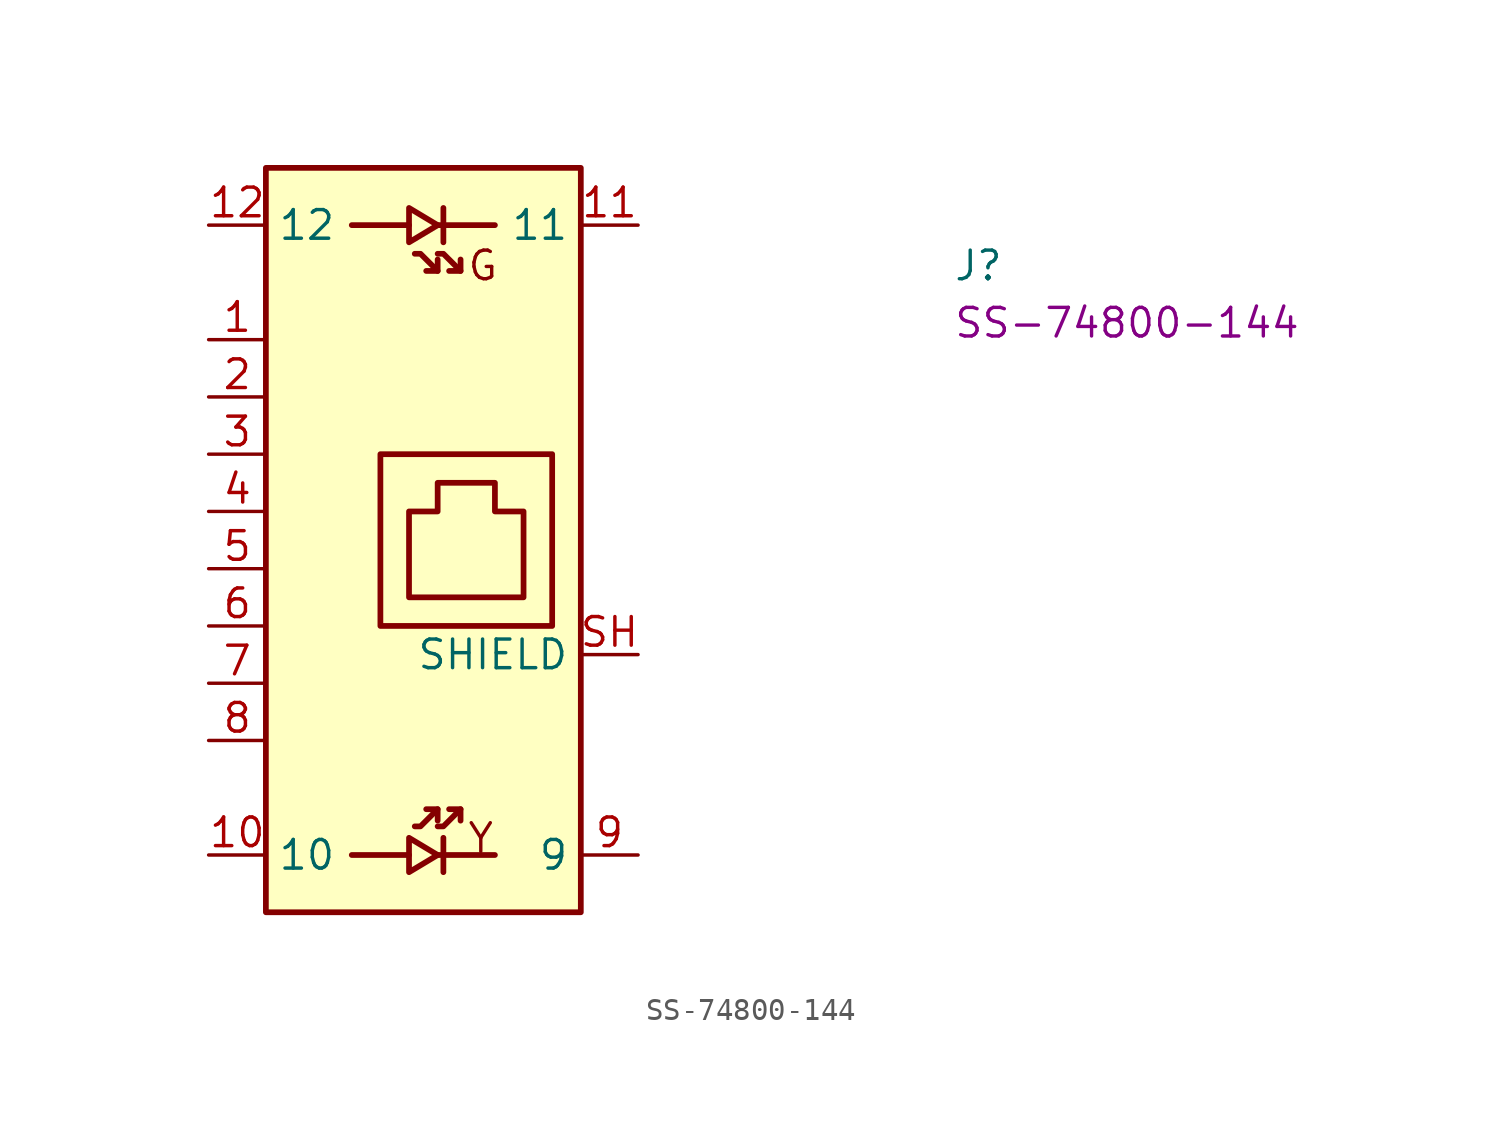
<source format=kicad_sym>
(kicad_symbol_lib
  (version 20220914)
  (generator kicad_symbol_editor)
  (symbol "SS-74800-144"
    (property "Reference" "J"
      (at 33.02 -2.54 0)
      (effects (font (size 1.27 1.27) (thickness 0.15)) (justify left bottom)))
    (property "MPN" "SS-74800-144"
      (at 33.02 -5.08 0)
      (effects (font (size 1.27 1.27) (thickness 0.15)) (justify left bottom)))
    (symbol "SS-74800-144_1_1"
      (polyline (pts (xy 8.89 -27.94) (xy 6.35 -27.94)) (stroke (width 0.254) (type default)) (fill (type background)))
      (polyline (pts (xy 8.89 0) (xy 6.35 0)) (stroke (width 0.254) (type default)) (fill (type background)))
      (polyline (pts (xy 10.16 -27.94) (xy 12.7 -27.94)) (stroke (width 0.254) (type default)) (fill (type background)))
      (polyline (pts (xy 10.16 -25.908) (xy 10.16 -26.416)) (stroke (width 0.254) (type default)) (fill (type background)))
      (polyline (pts (xy 10.16 -2.032) (xy 10.16 -1.524)) (stroke (width 0.254) (type default)) (fill (type background)))
      (polyline (pts (xy 10.16 0) (xy 12.7 0)) (stroke (width 0.254) (type default)) (fill (type background)))
      (polyline (pts (xy 10.414 -27.178) (xy 10.414 -28.702)) (stroke (width 0.254) (type default)) (fill (type background)))
      (polyline (pts (xy 10.414 -0.762) (xy 10.414 0.762)) (stroke (width 0.254) (type default)) (fill (type background)))
      (polyline (pts (xy 11.176 -25.908) (xy 11.176 -26.416)) (stroke (width 0.254) (type default)) (fill (type background)))
      (polyline (pts (xy 11.176 -2.032) (xy 11.176 -1.524)) (stroke (width 0.254) (type default)) (fill (type background)))
      (polyline (pts (xy 9.144 -26.67) (xy 9.398 -26.67) (xy 10.16 -25.908) (xy 9.652 -25.908)) (stroke (width 0.254) (type default)) (fill (type background)))
      (polyline (pts (xy 9.144 -1.27) (xy 9.398 -1.27) (xy 10.16 -2.032) (xy 9.652 -2.032)) (stroke (width 0.254) (type default)) (fill (type background)))
      (polyline (pts (xy 10.16 -27.94) (xy 8.89 -27.178) (xy 8.89 -28.702) (xy 10.16 -27.94)) (stroke (width 0.254) (type default)) (fill (type background)))
      (polyline (pts (xy 10.16 -26.67) (xy 10.414 -26.67) (xy 11.176 -25.908) (xy 10.668 -25.908)) (stroke (width 0.254) (type default)) (fill (type background)))
      (polyline (pts (xy 10.16 -1.27) (xy 10.414 -1.27) (xy 11.176 -2.032) (xy 10.668 -2.032)) (stroke (width 0.254) (type default)) (fill (type background)))
      (polyline (pts (xy 10.16 0) (xy 8.89 -0.762) (xy 8.89 0.762) (xy 10.16 0)) (stroke (width 0.254) (type default)) (fill (type background)))
      (polyline (pts (xy 7.62 -10.16) (xy 7.62 -17.78) (xy 15.24 -17.78) (xy 15.24 -10.16) (xy 7.62 -10.16)) (stroke (width 0.254) (type default)) (fill (type background)))
      (polyline (pts (xy 8.89 -12.7) (xy 8.89 -16.51) (xy 13.97 -16.51) (xy 13.97 -12.7) (xy 12.7 -12.7) (xy 12.7 -11.43) (xy 10.16 -11.43) (xy 10.16 -12.7) (xy 8.89 -12.7)) (stroke (width 0.254) (type default)) (fill (type background)))
      (rectangle (start 2.54 2.54) (end 16.51 -30.48) (stroke (width 0.254) (type default)) (fill (type background)))
      (text "G" (at 11.43 -2.54 0) (effects (font (size 1.27 1.27) (thickness 0.15)) (justify left bottom)))
      (text "Y" (at 11.43 -27.94 0) (effects (font (size 1.27 1.27) (thickness 0.15)) (justify left bottom)))
      (pin passive line (at 0 -5.08 0) (length 2.54) (name "~" (effects (font (size 1.27 1.27)))) (number "1" (effects (font (size 1.27 1.27)))))
      (pin passive line (at 0 -27.94 0) (length 2.54) (name "10" (effects (font (size 1.27 1.27)))) (number "10" (effects (font (size 1.27 1.27)))))
      (pin passive line (at 19.05 0 180) (length 2.54) (name "11" (effects (font (size 1.27 1.27)))) (number "11" (effects (font (size 1.27 1.27)))))
      (pin passive line (at 0 0 0) (length 2.54) (name "12" (effects (font (size 1.27 1.27)))) (number "12" (effects (font (size 1.27 1.27)))))
      (pin passive line (at 0 -7.62 0) (length 2.54) (name "~" (effects (font (size 1.27 1.27)))) (number "2" (effects (font (size 1.27 1.27)))))
      (pin passive line (at 0 -10.16 0) (length 2.54) (name "~" (effects (font (size 1.27 1.27)))) (number "3" (effects (font (size 1.27 1.27)))))
      (pin passive line (at 0 -12.7 0) (length 2.54) (name "~" (effects (font (size 1.27 1.27)))) (number "4" (effects (font (size 1.27 1.27)))))
      (pin passive line (at 0 -15.24 0) (length 2.54) (name "~" (effects (font (size 1.27 1.27)))) (number "5" (effects (font (size 1.27 1.27)))))
      (pin passive line (at 0 -17.78 0) (length 2.54) (name "~" (effects (font (size 1.27 1.27)))) (number "6" (effects (font (size 1.27 1.27)))))
      (pin passive line (at 0 -20.32 0) (length 2.54) (name "~" (effects (font (size 1.27 1.27)))) (number "7" (effects (font (size 1.27 1.27)))))
      (pin passive line (at 0 -22.86 0) (length 2.54) (name "~" (effects (font (size 1.27 1.27)))) (number "8" (effects (font (size 1.27 1.27)))))
      (pin passive line (at 19.05 -27.94 180) (length 2.54) (name "9" (effects (font (size 1.27 1.27)))) (number "9" (effects (font (size 1.27 1.27)))))
      (pin passive line (at 19.05 -19.05 180) (length 2.54) (name "SHIELD" (effects (font (size 1.27 1.27)))) (number "SH" (effects (font (size 1.27 1.27))))))))
</source>
